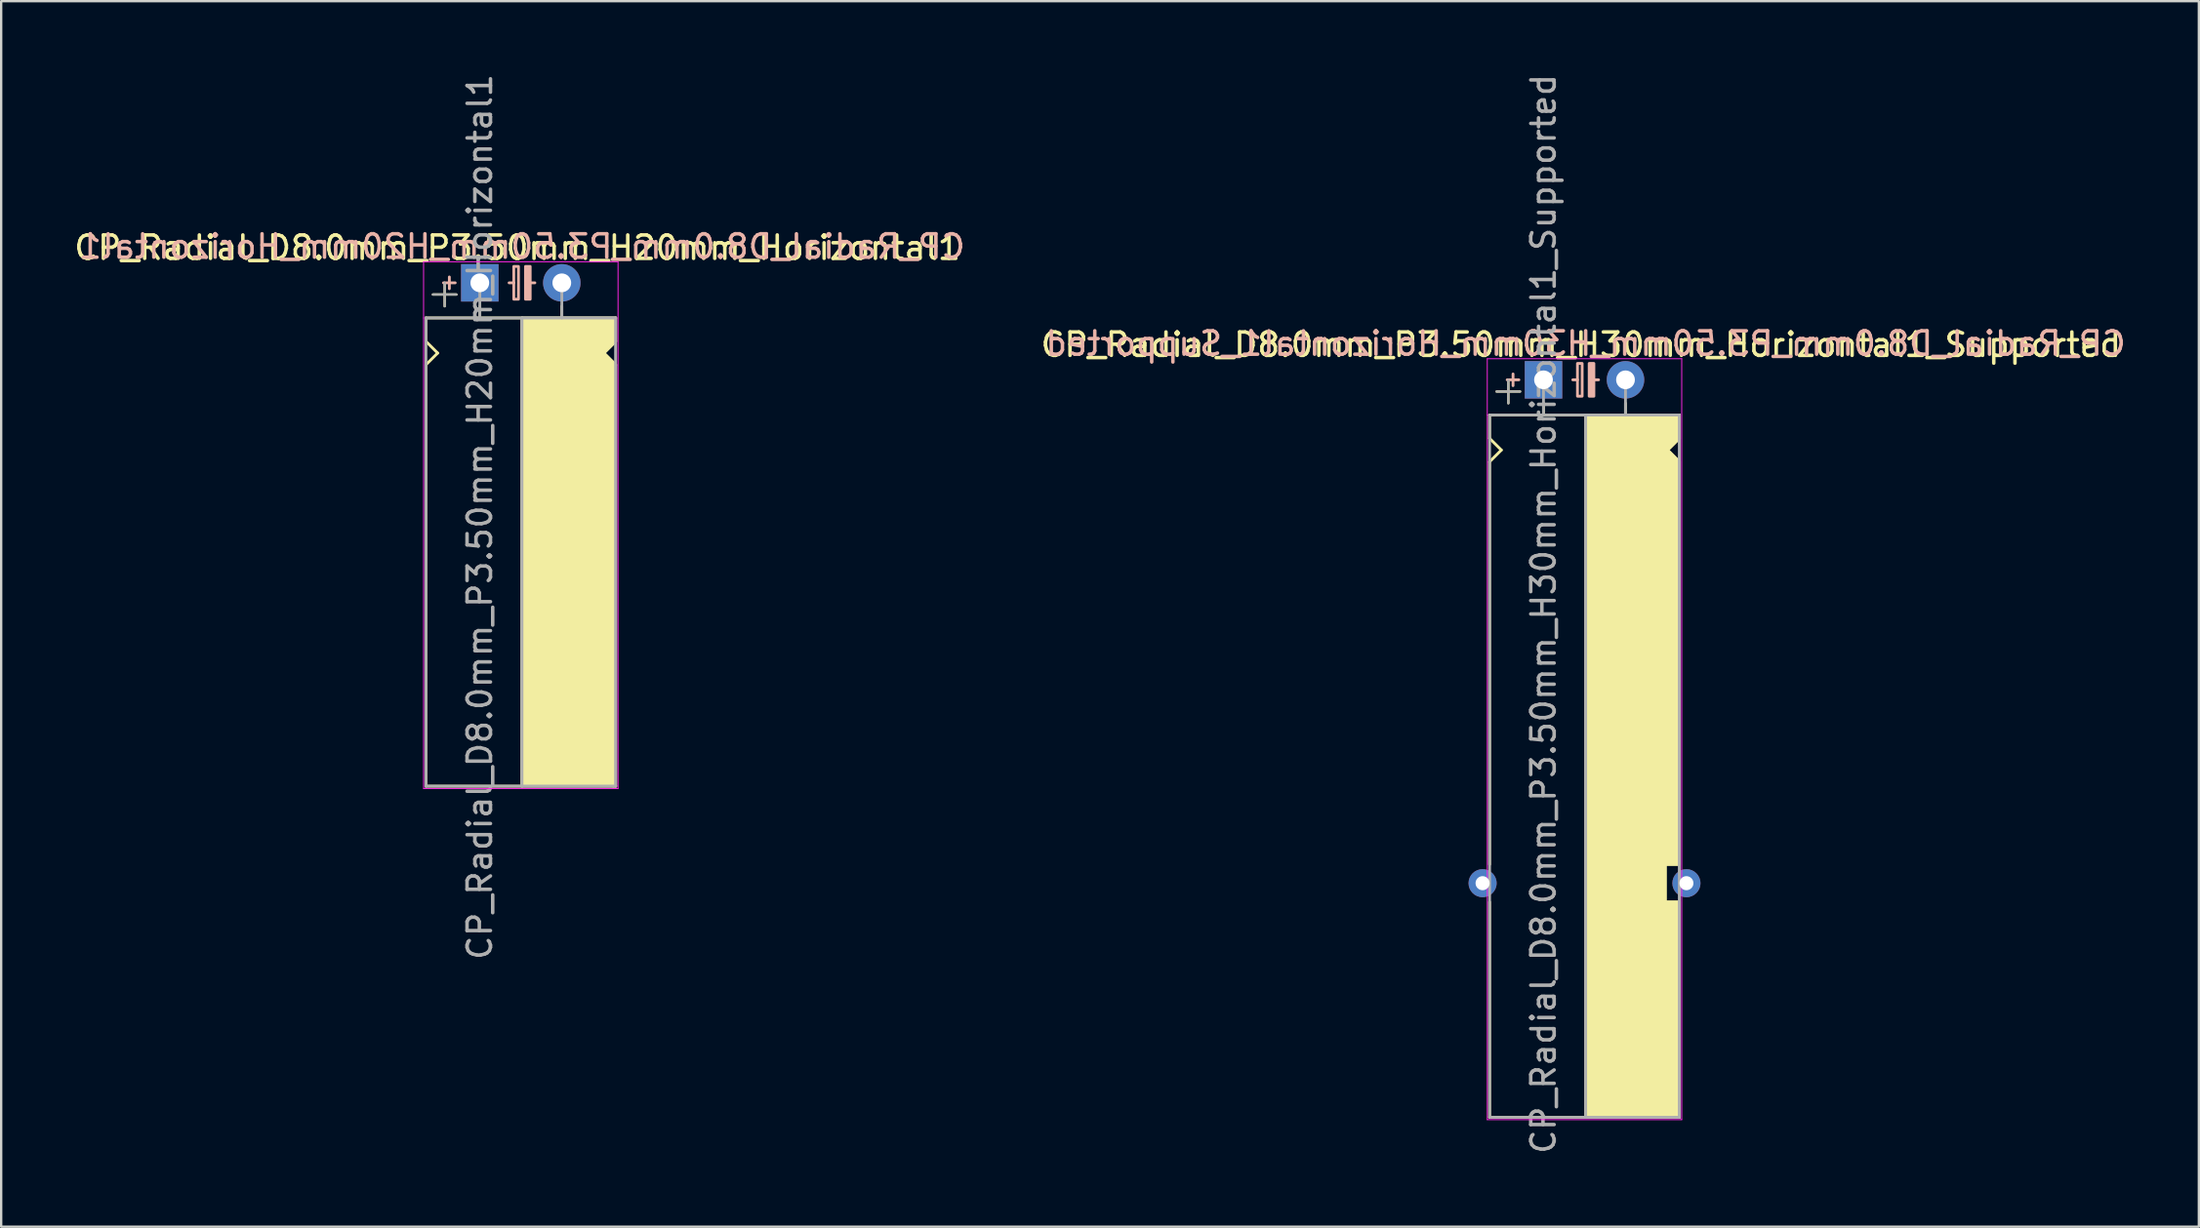
<source format=kicad_pcb>
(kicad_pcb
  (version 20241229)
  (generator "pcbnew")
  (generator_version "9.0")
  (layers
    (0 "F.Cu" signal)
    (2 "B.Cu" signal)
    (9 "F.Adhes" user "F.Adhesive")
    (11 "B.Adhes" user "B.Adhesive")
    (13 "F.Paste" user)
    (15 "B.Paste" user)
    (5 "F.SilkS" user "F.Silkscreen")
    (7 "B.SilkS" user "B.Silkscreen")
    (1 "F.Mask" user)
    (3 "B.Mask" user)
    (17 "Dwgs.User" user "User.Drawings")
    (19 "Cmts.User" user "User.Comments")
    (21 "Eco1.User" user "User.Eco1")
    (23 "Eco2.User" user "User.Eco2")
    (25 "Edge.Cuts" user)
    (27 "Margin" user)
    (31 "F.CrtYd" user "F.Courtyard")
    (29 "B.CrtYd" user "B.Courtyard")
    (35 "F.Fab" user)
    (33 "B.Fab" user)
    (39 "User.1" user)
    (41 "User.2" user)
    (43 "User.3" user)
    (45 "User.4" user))
  (footprint "CP_Radial_D8.0mm_P3.50mm_H20mm_Horizontal1"
    (layer "F.Cu")
    (at 17.43 9.03)
    (property "Reference" "CP_Radial_D8.0mm_P3.50mm_H20mm_Horizontal1" (at 1.6 -1.5 0) (layer "F.SilkS") (effects (font (size 1 1) (thickness 0.15))))
    (fp_line (start -2.3 1.5) (end 5.8 1.5) (stroke (width 0.12) (type solid)) (layer "F.SilkS"))
    (fp_line (start -2.3 2.5) (end -2.3 1.5) (stroke (width 0.12) (type solid)) (layer "F.SilkS"))
    (fp_line (start -2.3 3.5) (end -2.3 21.5) (stroke (width 0.12) (type solid)) (layer "F.SilkS"))
    (fp_line (start -2.3 3.5) (end -1.8 3) (stroke (width 0.12) (type solid)) (layer "F.SilkS"))
    (fp_line (start -2.3 21.5) (end 5.7 21.5) (stroke (width 0.12) (type solid)) (layer "F.SilkS"))
    (fp_line (start -2 0.5) (end -1 0.5) (stroke (width 0.1) (type solid)) (layer "F.SilkS"))
    (fp_line (start -1.8 3) (end -2.3 2.5) (stroke (width 0.12) (type solid)) (layer "F.SilkS"))
    (fp_line (start -1.5 1) (end -1.5 0) (stroke (width 0.1) (type solid)) (layer "F.SilkS"))
    (fp_line (start 0 1) (end 0 1.5) (stroke (width 0.12) (type solid)) (layer "F.SilkS"))
    (fp_line (start 1.8 21.5) (end 1.8 1.5) (stroke (width 0.12) (type solid)) (layer "F.SilkS"))
    (fp_line (start 3.5 1) (end 3.5 1.5) (stroke (width 0.12) (type solid)) (layer "F.SilkS"))
    (fp_line (start 5.3 3) (end 5.8 2.5) (stroke (width 0.12) (type solid)) (layer "F.SilkS"))
    (fp_line (start 5.8 2.5) (end 5.8 1.5) (stroke (width 0.12) (type solid)) (layer "F.SilkS"))
    (fp_line (start 5.8 3.5) (end 5.3 3) (stroke (width 0.12) (type solid)) (layer "F.SilkS"))
    (fp_line (start 5.8 3.5) (end 5.8 21.5) (stroke (width 0.12) (type solid)) (layer "F.SilkS"))
    (fp_line (start 5.8 21.5) (end 5.7 21.5) (stroke (width 0.12) (type solid)) (layer "F.SilkS"))
    (fp_poly (pts (xy 5.8 2.5) (xy 5.3 3) (xy 5.8 3.5) (xy 5.8 21.5) (xy 1.8 21.5) (xy 1.8 1.5) (xy 5.8 1.5)) (stroke (width 0.1) (type solid)) (fill yes) (layer "F.SilkS"))
    (fp_line (start -1.3 -0.25) (end -1.3 0.25) (stroke (width 0.12) (type solid)) (layer "B.SilkS"))
    (fp_line (start -1.05 0) (end -1.55 0) (stroke (width 0.12) (type solid)) (layer "B.SilkS"))
    (fp_line (start 1.45 0) (end 1.25 0) (stroke (width 0.12) (type solid)) (layer "B.SilkS"))
    (fp_line (start 2.15 0) (end 2.35 0) (stroke (width 0.12) (type solid)) (layer "B.SilkS"))
    (fp_rect (start 1.65 -0.7) (end 1.45 0.7) (stroke (width 0.12) (type solid)) (fill no) (layer "B.SilkS"))
    (fp_rect (start 2.15 -0.7) (end 1.95 0.7) (stroke (width 0.12) (type solid)) (fill yes) (layer "B.SilkS"))
    (fp_line (start -2.4 -0.9) (end 5.9 -0.9) (stroke (width 0.04) (type solid)) (layer "F.CrtYd"))
    (fp_line (start -2.4 1.5) (end -2.4 -0.9) (stroke (width 0.04) (type solid)) (layer "F.CrtYd"))
    (fp_line (start -2.4 21.6) (end -2.4 1.5) (stroke (width 0.04) (type solid)) (layer "F.CrtYd"))
    (fp_line (start 5.9 -0.9) (end 5.9 21.6) (stroke (width 0.04) (type solid)) (layer "F.CrtYd"))
    (fp_line (start 5.9 21.6) (end -2.4 21.6) (stroke (width 0.04) (type solid)) (layer "F.CrtYd"))
    (fp_line (start -2.3 1.5) (end 5.8 1.5) (stroke (width 0.12) (type solid)) (layer "F.Fab"))
    (fp_line (start -2.3 21.5) (end -2.3 1.5) (stroke (width 0.12) (type solid)) (layer "F.Fab"))
    (fp_line (start -2 0.5) (end -1 0.5) (stroke (width 0.1) (type solid)) (layer "F.Fab"))
    (fp_line (start -1.5 1) (end -1.5 0) (stroke (width 0.1) (type solid)) (layer "F.Fab"))
    (fp_line (start 0 1.5) (end 0 0) (stroke (width 0.12) (type solid)) (layer "F.Fab"))
    (fp_line (start 1.8 1.5) (end 1.8 21.5) (stroke (width 0.12) (type solid)) (layer "F.Fab"))
    (fp_line (start 3.5 1.5) (end 3.5 0) (stroke (width 0.12) (type solid)) (layer "F.Fab"))
    (fp_line (start 5.8 1.5) (end 5.8 21.5) (stroke (width 0.12) (type solid)) (layer "F.Fab"))
    (fp_line (start 5.8 21.5) (end -2.3 21.5) (stroke (width 0.12) (type solid)) (layer "F.Fab"))
    (fp_poly (pts (xy 5.8 21.5) (xy 1.8 21.5) (xy 1.8 1.5) (xy 5.8 1.5)) (stroke (width 0.1) (type solid)) (fill no) (layer "F.Fab"))
    (fp_text user "${REFERENCE}" (at 1.8 -1.55 0) (layer "B.SilkS") (effects (font (size 1 1) (thickness 0.15)) (justify mirror)))
    (fp_text user "${REFERENCE}" (at 0 10 90) (layer "F.Fab") (effects (font (size 1 1) (thickness 0.15))))
    (pad "1" thru_hole rect (at 0 0) (size 1.6 1.6) (drill 0.8) (layers "*.Cu" "*.Mask"))
    (pad "2" thru_hole circle (at 3.5 0) (size 1.6 1.6) (drill 0.8) (layers "*.Cu" "*.Mask")))
  (footprint "CP_Radial_D8.0mm_P3.50mm_H30mm_Horizontal1_Supported"
    (layer "F.Cu")
    (at 62.832 13.173)
    (property "Reference" "CP_Radial_D8.0mm_P3.50mm_H30mm_Horizontal1_Supported" (at 1.6 -1.5 0) (layer "F.SilkS") (effects (font (size 1 1) (thickness 0.15))))
    (fp_line (start -2.3 1.5) (end 5.8 1.5) (stroke (width 0.12) (type solid)) (layer "F.SilkS"))
    (fp_line (start -2.3 2.5) (end -2.3 1.5) (stroke (width 0.12) (type solid)) (layer "F.SilkS"))
    (fp_line (start -2.3 3.5) (end -2.3 20.7) (stroke (width 0.12) (type solid)) (layer "F.SilkS"))
    (fp_line (start -2.3 3.5) (end -1.8 3) (stroke (width 0.12) (type solid)) (layer "F.SilkS"))
    (fp_line (start -2.3 22.3) (end -2.3 31.5) (stroke (width 0.12) (type solid)) (layer "F.SilkS"))
    (fp_line (start -2.3 31.5) (end 5.8 31.5) (stroke (width 0.12) (type solid)) (layer "F.SilkS"))
    (fp_line (start -2 0.5) (end -1 0.5) (stroke (width 0.1) (type solid)) (layer "F.SilkS"))
    (fp_line (start -1.8 3) (end -2.3 2.5) (stroke (width 0.12) (type solid)) (layer "F.SilkS"))
    (fp_line (start -1.5 1) (end -1.5 0) (stroke (width 0.1) (type solid)) (layer "F.SilkS"))
    (fp_line (start 0 1) (end 0 1.5) (stroke (width 0.12) (type solid)) (layer "F.SilkS"))
    (fp_line (start 1.8 31.5) (end 1.8 1.5) (stroke (width 0.12) (type solid)) (layer "F.SilkS"))
    (fp_line (start 3.5 1) (end 3.5 1.5) (stroke (width 0.12) (type solid)) (layer "F.SilkS"))
    (fp_line (start 5.2 20.7) (end 5.8 20.7) (stroke (width 0.12) (type solid)) (layer "F.SilkS"))
    (fp_line (start 5.2 22.3) (end 5.2 20.7) (stroke (width 0.12) (type solid)) (layer "F.SilkS"))
    (fp_line (start 5.3 3) (end 5.8 2.5) (stroke (width 0.12) (type solid)) (layer "F.SilkS"))
    (fp_line (start 5.8 2.5) (end 5.8 1.5) (stroke (width 0.12) (type solid)) (layer "F.SilkS"))
    (fp_line (start 5.8 3.5) (end 5.3 3) (stroke (width 0.12) (type solid)) (layer "F.SilkS"))
    (fp_line (start 5.8 3.5) (end 5.8 20.7) (stroke (width 0.12) (type solid)) (layer "F.SilkS"))
    (fp_line (start 5.8 22.3) (end 5.2 22.3) (stroke (width 0.12) (type solid)) (layer "F.SilkS"))
    (fp_line (start 5.8 22.3) (end 5.8 31.5) (stroke (width 0.12) (type solid)) (layer "F.SilkS"))
    (fp_poly (pts (xy 5.8 2.5) (xy 5.3 3) (xy 5.8 3.5) (xy 5.8 20.7) (xy 5.2 20.7) (xy 5.2 22.3) (xy 5.8 22.3) (xy 5.8 31.5) (xy 1.8 31.5) (xy 1.8 1.5) (xy 5.8 1.5)) (stroke (width 0.1) (type solid)) (fill yes) (layer "F.SilkS"))
    (fp_line (start -1.3 -0.25) (end -1.3 0.25) (stroke (width 0.12) (type solid)) (layer "B.SilkS"))
    (fp_line (start -1.05 0) (end -1.55 0) (stroke (width 0.12) (type solid)) (layer "B.SilkS"))
    (fp_line (start 1.45 0) (end 1.25 0) (stroke (width 0.12) (type solid)) (layer "B.SilkS"))
    (fp_line (start 2.15 0) (end 2.35 0) (stroke (width 0.12) (type solid)) (layer "B.SilkS"))
    (fp_rect (start 1.65 -0.7) (end 1.45 0.7) (stroke (width 0.12) (type solid)) (fill no) (layer "B.SilkS"))
    (fp_rect (start 2.15 -0.7) (end 1.95 0.7) (stroke (width 0.12) (type solid)) (fill yes) (layer "B.SilkS"))
    (fp_line (start -2.4 -0.9) (end 5.9 -0.9) (stroke (width 0.04) (type solid)) (layer "F.CrtYd"))
    (fp_line (start -2.4 1.5) (end -2.4 -0.9) (stroke (width 0.04) (type solid)) (layer "F.CrtYd"))
    (fp_line (start -2.4 31.6) (end -2.4 1.5) (stroke (width 0.04) (type solid)) (layer "F.CrtYd"))
    (fp_line (start 5.9 -0.9) (end 5.9 31.6) (stroke (width 0.04) (type solid)) (layer "F.CrtYd"))
    (fp_line (start 5.9 31.6) (end -2.4 31.6) (stroke (width 0.04) (type solid)) (layer "F.CrtYd"))
    (fp_line (start -2.3 1.5) (end 5.8 1.5) (stroke (width 0.12) (type solid)) (layer "F.Fab"))
    (fp_line (start -2.3 31.5) (end -2.3 1.5) (stroke (width 0.12) (type solid)) (layer "F.Fab"))
    (fp_line (start -2 0.5) (end -1 0.5) (stroke (width 0.1) (type solid)) (layer "F.Fab"))
    (fp_line (start -1.5 1) (end -1.5 0) (stroke (width 0.1) (type solid)) (layer "F.Fab"))
    (fp_line (start 0 1.5) (end 0 0) (stroke (width 0.12) (type solid)) (layer "F.Fab"))
    (fp_line (start 1.8 1.5) (end 1.8 31.5) (stroke (width 0.12) (type solid)) (layer "F.Fab"))
    (fp_line (start 3.5 1.5) (end 3.5 0) (stroke (width 0.12) (type solid)) (layer "F.Fab"))
    (fp_line (start 5.8 1.5) (end 5.8 31.5) (stroke (width 0.12) (type solid)) (layer "F.Fab"))
    (fp_line (start 5.8 31.5) (end -2.3 31.5) (stroke (width 0.12) (type solid)) (layer "F.Fab"))
    (fp_poly (pts (xy 5.8 31.5) (xy 1.8 31.5) (xy 1.8 1.5) (xy 5.8 1.5)) (stroke (width 0.1) (type solid)) (fill no) (layer "F.Fab"))
    (fp_text user "${REFERENCE}" (at 1.8 -1.55 0) (layer "B.SilkS") (effects (font (size 1 1) (thickness 0.15)) (justify mirror)))
    (fp_text user "${REFERENCE}" (at 0 10 90) (layer "F.Fab") (effects (font (size 1 1) (thickness 0.15))))
    (pad "1" thru_hole rect (at 0 0) (size 1.6 1.6) (drill 0.8) (layers "*.Cu" "*.Mask"))
    (pad "2" thru_hole circle (at 3.5 0) (size 1.6 1.6) (drill 0.8) (layers "*.Cu" "*.Mask"))
    (pad "~" thru_hole circle (at -2.6 21.5) (size 1.2 1.2) (drill 0.6) (layers "*.Cu" "*.Mask"))
    (pad "~" thru_hole circle (at 6.1 21.5) (size 1.2 1.2) (drill 0.6) (layers "*.Cu" "*.Mask")))
  (gr_rect
    (start -3 -3)
    (end 90.805 49.345)
    (stroke (width 0.1) (type default))
    (fill no)
    (layer "Edge.Cuts")))
</source>
